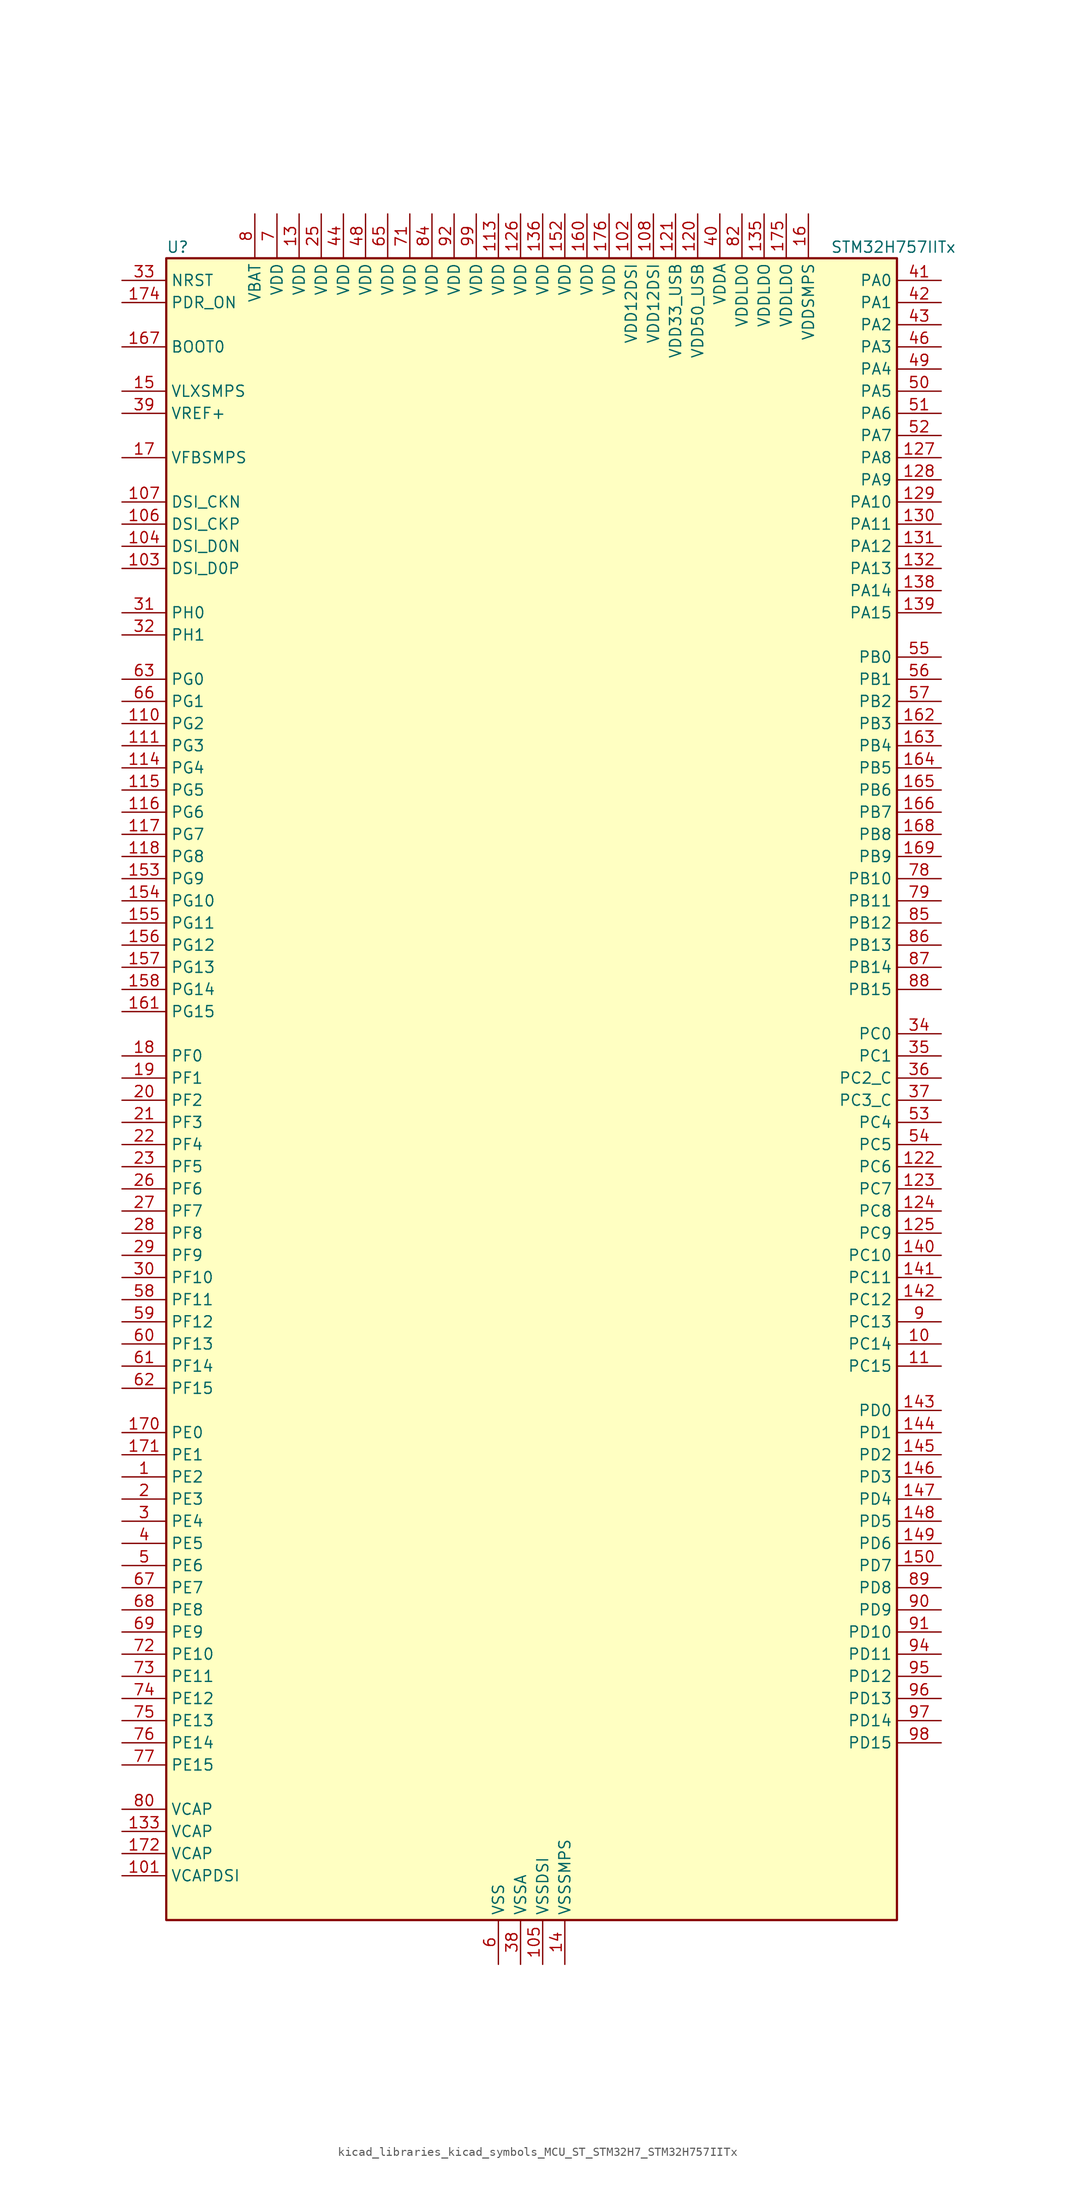
<source format=kicad_sym>
(kicad_symbol_lib
  (version 20220914)
  (generator kicad_symbol_editor)
  (symbol "kicad_libraries_kicad_symbols_MCU_ST_STM32H7_STM32H757IITx"
    (property "Reference" "U"
      (at -40.64 97.79 0)
      (effects (font (size 1.27 1.27)) (justify left)))
    (property "Value" "STM32H757IITx"
      (at 35.56 97.79 0)
      (effects (font (size 1.27 1.27)) (justify left)))
    (property "ki_locked" ""
      (at 0 0 0)
      (effects (font (size 1.27 1.27))))
    (symbol "kicad_libraries_kicad_symbols_MCU_ST_STM32H7_STM32H757IITx_0_1"
      (rectangle (start -40.64 -93.98) (end 43.18 96.52) (stroke (width 0.254) (type default)) (fill (type background))))
    (symbol "kicad_libraries_kicad_symbols_MCU_ST_STM32H7_STM32H757IITx_1_1"
      (pin bidirectional line (at -45.72 -43.18 0) (length 5.08) (name "PE2" (effects (font (size 1.27 1.27)))) (number "1" (effects (font (size 1.27 1.27)))) (alternate "DEBUG_TRACECLK" bidirectional line) (alternate "ETH_TXD3" bidirectional line) (alternate "FMC_A23" bidirectional line) (alternate "QUADSPI_BK1_IO2" bidirectional line) (alternate "SAI1_CK1" bidirectional line) (alternate "SAI1_MCLK_A" bidirectional line) (alternate "SAI4_CK1" bidirectional line) (alternate "SAI4_MCLK_A" bidirectional line) (alternate "SPI4_SCK" bidirectional line))
      (pin bidirectional line (at 48.26 -27.94 180) (length 5.08) (name "PC14" (effects (font (size 1.27 1.27)))) (number "10" (effects (font (size 1.27 1.27)))) (alternate "RCC_OSC32_IN" bidirectional line))
      (pin passive line (at -2.54 -99.06 90) (length 5.08) hide (name "VSS" (effects (font (size 1.27 1.27)))) (number "100" (effects (font (size 1.27 1.27)))))
      (pin power_out line (at -45.72 -88.9 0) (length 5.08) (name "VCAPDSI" (effects (font (size 1.27 1.27)))) (number "101" (effects (font (size 1.27 1.27)))))
      (pin power_in line (at 12.7 101.6 270) (length 5.08) (name "VDD12DSI" (effects (font (size 1.27 1.27)))) (number "102" (effects (font (size 1.27 1.27)))))
      (pin bidirectional line (at -45.72 60.96 0) (length 5.08) (name "DSI_D0P" (effects (font (size 1.27 1.27)))) (number "103" (effects (font (size 1.27 1.27)))) (alternate "DSIHOST_D0P" bidirectional line))
      (pin bidirectional line (at -45.72 63.5 0) (length 5.08) (name "DSI_D0N" (effects (font (size 1.27 1.27)))) (number "104" (effects (font (size 1.27 1.27)))) (alternate "DSIHOST_D0N" bidirectional line))
      (pin power_in line (at 2.54 -99.06 90) (length 5.08) (name "VSSDSI" (effects (font (size 1.27 1.27)))) (number "105" (effects (font (size 1.27 1.27)))))
      (pin bidirectional line (at -45.72 66.04 0) (length 5.08) (name "DSI_CKP" (effects (font (size 1.27 1.27)))) (number "106" (effects (font (size 1.27 1.27)))) (alternate "DSIHOST_CKP" bidirectional line))
      (pin bidirectional line (at -45.72 68.58 0) (length 5.08) (name "DSI_CKN" (effects (font (size 1.27 1.27)))) (number "107" (effects (font (size 1.27 1.27)))) (alternate "DSIHOST_CKN" bidirectional line))
      (pin power_in line (at 15.24 101.6 270) (length 5.08) (name "VDD12DSI" (effects (font (size 1.27 1.27)))) (number "108" (effects (font (size 1.27 1.27)))))
      (pin passive line (at 2.54 -99.06 90) (length 5.08) hide (name "VSSDSI" (effects (font (size 1.27 1.27)))) (number "109" (effects (font (size 1.27 1.27)))))
      (pin bidirectional line (at 48.26 -30.48 180) (length 5.08) (name "PC15" (effects (font (size 1.27 1.27)))) (number "11" (effects (font (size 1.27 1.27)))) (alternate "ADC1_EXTI15" bidirectional line) (alternate "ADC2_EXTI15" bidirectional line) (alternate "ADC3_EXTI15" bidirectional line) (alternate "RCC_OSC32_OUT" bidirectional line))
      (pin bidirectional line (at -45.72 43.18 0) (length 5.08) (name "PG2" (effects (font (size 1.27 1.27)))) (number "110" (effects (font (size 1.27 1.27)))) (alternate "FMC_A12" bidirectional line) (alternate "TIM8_BKIN" bidirectional line) (alternate "TIM8_BKIN_COMP1" bidirectional line) (alternate "TIM8_BKIN_COMP2" bidirectional line))
      (pin bidirectional line (at -45.72 40.64 0) (length 5.08) (name "PG3" (effects (font (size 1.27 1.27)))) (number "111" (effects (font (size 1.27 1.27)))) (alternate "FMC_A13" bidirectional line) (alternate "TIM8_BKIN2" bidirectional line) (alternate "TIM8_BKIN2_COMP1" bidirectional line) (alternate "TIM8_BKIN2_COMP2" bidirectional line))
      (pin passive line (at -2.54 -99.06 90) (length 5.08) hide (name "VSS" (effects (font (size 1.27 1.27)))) (number "112" (effects (font (size 1.27 1.27)))))
      (pin power_in line (at -2.54 101.6 270) (length 5.08) (name "VDD" (effects (font (size 1.27 1.27)))) (number "113" (effects (font (size 1.27 1.27)))))
      (pin bidirectional line (at -45.72 38.1 0) (length 5.08) (name "PG4" (effects (font (size 1.27 1.27)))) (number "114" (effects (font (size 1.27 1.27)))) (alternate "FMC_A14" bidirectional line) (alternate "FMC_BA0" bidirectional line) (alternate "TIM1_BKIN2" bidirectional line) (alternate "TIM1_BKIN2_COMP1" bidirectional line) (alternate "TIM1_BKIN2_COMP2" bidirectional line))
      (pin bidirectional line (at -45.72 35.56 0) (length 5.08) (name "PG5" (effects (font (size 1.27 1.27)))) (number "115" (effects (font (size 1.27 1.27)))) (alternate "FMC_A15" bidirectional line) (alternate "FMC_BA1" bidirectional line) (alternate "TIM1_ETR" bidirectional line))
      (pin bidirectional line (at -45.72 33.02 0) (length 5.08) (name "PG6" (effects (font (size 1.27 1.27)))) (number "116" (effects (font (size 1.27 1.27)))) (alternate "DCMI_D12" bidirectional line) (alternate "FMC_NE3" bidirectional line) (alternate "HRTIM_CHE1" bidirectional line) (alternate "LTDC_R7" bidirectional line) (alternate "QUADSPI_BK1_NCS" bidirectional line) (alternate "TIM17_BKIN" bidirectional line))
      (pin bidirectional line (at -45.72 30.48 0) (length 5.08) (name "PG7" (effects (font (size 1.27 1.27)))) (number "117" (effects (font (size 1.27 1.27)))) (alternate "DCMI_D13" bidirectional line) (alternate "FMC_INT" bidirectional line) (alternate "HRTIM_CHE2" bidirectional line) (alternate "LTDC_CLK" bidirectional line) (alternate "SAI1_MCLK_A" bidirectional line) (alternate "USART6_CK" bidirectional line))
      (pin bidirectional line (at -45.72 27.94 0) (length 5.08) (name "PG8" (effects (font (size 1.27 1.27)))) (number "118" (effects (font (size 1.27 1.27)))) (alternate "ETH_PPS_OUT" bidirectional line) (alternate "FMC_SDCLK" bidirectional line) (alternate "LTDC_G7" bidirectional line) (alternate "SPDIFRX1_IN2" bidirectional line) (alternate "SPI6_NSS" bidirectional line) (alternate "TIM8_ETR" bidirectional line) (alternate "USART6_DE" bidirectional line) (alternate "USART6_RTS" bidirectional line))
      (pin passive line (at -2.54 -99.06 90) (length 5.08) hide (name "VSS" (effects (font (size 1.27 1.27)))) (number "119" (effects (font (size 1.27 1.27)))))
      (pin passive line (at -2.54 -99.06 90) (length 5.08) hide (name "VSS" (effects (font (size 1.27 1.27)))) (number "12" (effects (font (size 1.27 1.27)))))
      (pin power_in line (at 20.32 101.6 270) (length 5.08) (name "VDD50_USB" (effects (font (size 1.27 1.27)))) (number "120" (effects (font (size 1.27 1.27)))))
      (pin power_in line (at 17.78 101.6 270) (length 5.08) (name "VDD33_USB" (effects (font (size 1.27 1.27)))) (number "121" (effects (font (size 1.27 1.27)))))
      (pin bidirectional line (at 48.26 -7.62 180) (length 5.08) (name "PC6" (effects (font (size 1.27 1.27)))) (number "122" (effects (font (size 1.27 1.27)))) (alternate "DCMI_D0" bidirectional line) (alternate "DFSDM1_CKIN3" bidirectional line) (alternate "FMC_NWAIT" bidirectional line) (alternate "HRTIM_CHA1" bidirectional line) (alternate "I2S2_MCK" bidirectional line) (alternate "LTDC_HSYNC" bidirectional line) (alternate "SDMMC1_D0DIR" bidirectional line) (alternate "SDMMC1_D6" bidirectional line) (alternate "SDMMC2_D6" bidirectional line) (alternate "SWPMI1_IO" bidirectional line) (alternate "TIM3_CH1" bidirectional line) (alternate "TIM8_CH1" bidirectional line) (alternate "USART6_TX" bidirectional line))
      (pin bidirectional line (at 48.26 -10.16 180) (length 5.08) (name "PC7" (effects (font (size 1.27 1.27)))) (number "123" (effects (font (size 1.27 1.27)))) (alternate "DCMI_D1" bidirectional line) (alternate "DEBUG_TRGIO" bidirectional line) (alternate "DFSDM1_DATIN3" bidirectional line) (alternate "FMC_NE1" bidirectional line) (alternate "HRTIM_CHA2" bidirectional line) (alternate "I2S3_MCK" bidirectional line) (alternate "LTDC_G6" bidirectional line) (alternate "SDMMC1_D123DIR" bidirectional line) (alternate "SDMMC1_D7" bidirectional line) (alternate "SDMMC2_D7" bidirectional line) (alternate "SWPMI1_TX" bidirectional line) (alternate "TIM3_CH2" bidirectional line) (alternate "TIM8_CH2" bidirectional line) (alternate "USART6_RX" bidirectional line))
      (pin bidirectional line (at 48.26 -12.7 180) (length 5.08) (name "PC8" (effects (font (size 1.27 1.27)))) (number "124" (effects (font (size 1.27 1.27)))) (alternate "DCMI_D2" bidirectional line) (alternate "DEBUG_TRACED1" bidirectional line) (alternate "FMC_NCE" bidirectional line) (alternate "FMC_NE2" bidirectional line) (alternate "HRTIM_CHB1" bidirectional line) (alternate "SDMMC1_D0" bidirectional line) (alternate "SWPMI1_RX" bidirectional line) (alternate "TIM3_CH3" bidirectional line) (alternate "TIM8_CH3" bidirectional line) (alternate "UART5_DE" bidirectional line) (alternate "UART5_RTS" bidirectional line) (alternate "USART6_CK" bidirectional line))
      (pin bidirectional line (at 48.26 -15.24 180) (length 5.08) (name "PC9" (effects (font (size 1.27 1.27)))) (number "125" (effects (font (size 1.27 1.27)))) (alternate "DAC1_EXTI9" bidirectional line) (alternate "DCMI_D3" bidirectional line) (alternate "I2C3_SDA" bidirectional line) (alternate "I2S_CKIN" bidirectional line) (alternate "LTDC_B2" bidirectional line) (alternate "LTDC_G3" bidirectional line) (alternate "QUADSPI_BK1_IO0" bidirectional line) (alternate "RCC_MCO_2" bidirectional line) (alternate "SDMMC1_D1" bidirectional line) (alternate "SWPMI1_SUSPEND" bidirectional line) (alternate "TIM3_CH4" bidirectional line) (alternate "TIM8_CH4" bidirectional line) (alternate "UART5_CTS" bidirectional line))
      (pin power_in line (at 0 101.6 270) (length 5.08) (name "VDD" (effects (font (size 1.27 1.27)))) (number "126" (effects (font (size 1.27 1.27)))))
      (pin bidirectional line (at 48.26 73.66 180) (length 5.08) (name "PA8" (effects (font (size 1.27 1.27)))) (number "127" (effects (font (size 1.27 1.27)))) (alternate "HRTIM_CHB2" bidirectional line) (alternate "I2C3_SCL" bidirectional line) (alternate "LTDC_B3" bidirectional line) (alternate "LTDC_R6" bidirectional line) (alternate "RCC_MCO_1" bidirectional line) (alternate "TIM1_CH1" bidirectional line) (alternate "TIM8_BKIN2" bidirectional line) (alternate "TIM8_BKIN2_COMP1" bidirectional line) (alternate "TIM8_BKIN2_COMP2" bidirectional line) (alternate "UART7_RX" bidirectional line) (alternate "USART1_CK" bidirectional line) (alternate "USB_OTG_FS_SOF" bidirectional line))
      (pin bidirectional line (at 48.26 71.12 180) (length 5.08) (name "PA9" (effects (font (size 1.27 1.27)))) (number "128" (effects (font (size 1.27 1.27)))) (alternate "DAC1_EXTI9" bidirectional line) (alternate "DCMI_D0" bidirectional line) (alternate "HRTIM_CHC1" bidirectional line) (alternate "I2C3_SMBA" bidirectional line) (alternate "I2S2_CK" bidirectional line) (alternate "LPUART1_TX" bidirectional line) (alternate "LTDC_R5" bidirectional line) (alternate "SPI2_SCK" bidirectional line) (alternate "TIM1_CH2" bidirectional line) (alternate "USART1_TX" bidirectional line) (alternate "USB_OTG_FS_VBUS" bidirectional line))
      (pin bidirectional line (at 48.26 68.58 180) (length 5.08) (name "PA10" (effects (font (size 1.27 1.27)))) (number "129" (effects (font (size 1.27 1.27)))) (alternate "DCMI_D1" bidirectional line) (alternate "HRTIM_CHC2" bidirectional line) (alternate "LPUART1_RX" bidirectional line) (alternate "LTDC_B1" bidirectional line) (alternate "LTDC_B4" bidirectional line) (alternate "MDIOS_MDIO" bidirectional line) (alternate "TIM1_CH3" bidirectional line) (alternate "USART1_RX" bidirectional line) (alternate "USB_OTG_FS_ID" bidirectional line))
      (pin power_in line (at -25.4 101.6 270) (length 5.08) (name "VDD" (effects (font (size 1.27 1.27)))) (number "13" (effects (font (size 1.27 1.27)))))
      (pin bidirectional line (at 48.26 66.04 180) (length 5.08) (name "PA11" (effects (font (size 1.27 1.27)))) (number "130" (effects (font (size 1.27 1.27)))) (alternate "ADC1_EXTI11" bidirectional line) (alternate "ADC2_EXTI11" bidirectional line) (alternate "ADC3_EXTI11" bidirectional line) (alternate "FDCAN1_RX" bidirectional line) (alternate "HRTIM_CHD1" bidirectional line) (alternate "I2S2_WS" bidirectional line) (alternate "LPUART1_CTS" bidirectional line) (alternate "LTDC_R4" bidirectional line) (alternate "SPI2_NSS" bidirectional line) (alternate "TIM1_CH4" bidirectional line) (alternate "UART4_RX" bidirectional line) (alternate "USART1_CTS" bidirectional line) (alternate "USART1_NSS" bidirectional line) (alternate "USB_OTG_FS_DM" bidirectional line))
      (pin bidirectional line (at 48.26 63.5 180) (length 5.08) (name "PA12" (effects (font (size 1.27 1.27)))) (number "131" (effects (font (size 1.27 1.27)))) (alternate "FDCAN1_TX" bidirectional line) (alternate "HRTIM_CHD2" bidirectional line) (alternate "I2S2_CK" bidirectional line) (alternate "LPUART1_DE" bidirectional line) (alternate "LPUART1_RTS" bidirectional line) (alternate "LTDC_R5" bidirectional line) (alternate "SAI2_FS_B" bidirectional line) (alternate "SPI2_SCK" bidirectional line) (alternate "TIM1_ETR" bidirectional line) (alternate "UART4_TX" bidirectional line) (alternate "USART1_DE" bidirectional line) (alternate "USART1_RTS" bidirectional line) (alternate "USB_OTG_FS_DP" bidirectional line))
      (pin bidirectional line (at 48.26 60.96 180) (length 5.08) (name "PA13" (effects (font (size 1.27 1.27)))) (number "132" (effects (font (size 1.27 1.27)))) (alternate "DEBUG_JTMS-SWDIO" bidirectional line))
      (pin power_out line (at -45.72 -83.82 0) (length 5.08) (name "VCAP" (effects (font (size 1.27 1.27)))) (number "133" (effects (font (size 1.27 1.27)))))
      (pin passive line (at -2.54 -99.06 90) (length 5.08) hide (name "VSS" (effects (font (size 1.27 1.27)))) (number "134" (effects (font (size 1.27 1.27)))))
      (pin power_in line (at 27.94 101.6 270) (length 5.08) (name "VDDLDO" (effects (font (size 1.27 1.27)))) (number "135" (effects (font (size 1.27 1.27)))))
      (pin power_in line (at 2.54 101.6 270) (length 5.08) (name "VDD" (effects (font (size 1.27 1.27)))) (number "136" (effects (font (size 1.27 1.27)))))
      (pin passive line (at -2.54 -99.06 90) (length 5.08) hide (name "VSS" (effects (font (size 1.27 1.27)))) (number "137" (effects (font (size 1.27 1.27)))))
      (pin bidirectional line (at 48.26 58.42 180) (length 5.08) (name "PA14" (effects (font (size 1.27 1.27)))) (number "138" (effects (font (size 1.27 1.27)))) (alternate "DEBUG_JTCK-SWCLK" bidirectional line))
      (pin bidirectional line (at 48.26 55.88 180) (length 5.08) (name "PA15" (effects (font (size 1.27 1.27)))) (number "139" (effects (font (size 1.27 1.27)))) (alternate "ADC1_EXTI15" bidirectional line) (alternate "ADC2_EXTI15" bidirectional line) (alternate "ADC3_EXTI15" bidirectional line) (alternate "CEC" bidirectional line) (alternate "DEBUG_JTDI" bidirectional line) (alternate "DSIHOST_TE" bidirectional line) (alternate "HRTIM_FLT1" bidirectional line) (alternate "I2S1_WS" bidirectional line) (alternate "I2S3_WS" bidirectional line) (alternate "SPI1_NSS" bidirectional line) (alternate "SPI3_NSS" bidirectional line) (alternate "SPI6_NSS" bidirectional line) (alternate "TIM2_CH1" bidirectional line) (alternate "TIM2_ETR" bidirectional line) (alternate "UART4_DE" bidirectional line) (alternate "UART4_RTS" bidirectional line) (alternate "UART7_TX" bidirectional line))
      (pin power_in line (at 5.08 -99.06 90) (length 5.08) (name "VSSSMPS" (effects (font (size 1.27 1.27)))) (number "14" (effects (font (size 1.27 1.27)))))
      (pin bidirectional line (at 48.26 -17.78 180) (length 5.08) (name "PC10" (effects (font (size 1.27 1.27)))) (number "140" (effects (font (size 1.27 1.27)))) (alternate "DCMI_D8" bidirectional line) (alternate "DFSDM1_CKIN5" bidirectional line) (alternate "HRTIM_EEV1" bidirectional line) (alternate "I2S3_CK" bidirectional line) (alternate "LTDC_R2" bidirectional line) (alternate "QUADSPI_BK1_IO1" bidirectional line) (alternate "SDMMC1_D2" bidirectional line) (alternate "SPI3_SCK" bidirectional line) (alternate "UART4_TX" bidirectional line) (alternate "USART3_TX" bidirectional line))
      (pin bidirectional line (at 48.26 -20.32 180) (length 5.08) (name "PC11" (effects (font (size 1.27 1.27)))) (number "141" (effects (font (size 1.27 1.27)))) (alternate "ADC1_EXTI11" bidirectional line) (alternate "ADC2_EXTI11" bidirectional line) (alternate "ADC3_EXTI11" bidirectional line) (alternate "DCMI_D4" bidirectional line) (alternate "DFSDM1_DATIN5" bidirectional line) (alternate "HRTIM_FLT2" bidirectional line) (alternate "I2S3_SDI" bidirectional line) (alternate "QUADSPI_BK2_NCS" bidirectional line) (alternate "SDMMC1_D3" bidirectional line) (alternate "SPI3_MISO" bidirectional line) (alternate "UART4_RX" bidirectional line) (alternate "USART3_RX" bidirectional line))
      (pin bidirectional line (at 48.26 -22.86 180) (length 5.08) (name "PC12" (effects (font (size 1.27 1.27)))) (number "142" (effects (font (size 1.27 1.27)))) (alternate "DCMI_D9" bidirectional line) (alternate "DEBUG_TRACED3" bidirectional line) (alternate "HRTIM_EEV2" bidirectional line) (alternate "I2S3_SDO" bidirectional line) (alternate "SDMMC1_CK" bidirectional line) (alternate "SPI3_MOSI" bidirectional line) (alternate "UART5_TX" bidirectional line) (alternate "USART3_CK" bidirectional line))
      (pin bidirectional line (at 48.26 -35.56 180) (length 5.08) (name "PD0" (effects (font (size 1.27 1.27)))) (number "143" (effects (font (size 1.27 1.27)))) (alternate "DFSDM1_CKIN6" bidirectional line) (alternate "FDCAN1_RX" bidirectional line) (alternate "FMC_D2" bidirectional line) (alternate "FMC_DA2" bidirectional line) (alternate "SAI3_SCK_A" bidirectional line) (alternate "UART4_RX" bidirectional line))
      (pin bidirectional line (at 48.26 -38.1 180) (length 5.08) (name "PD1" (effects (font (size 1.27 1.27)))) (number "144" (effects (font (size 1.27 1.27)))) (alternate "DFSDM1_DATIN6" bidirectional line) (alternate "FDCAN1_TX" bidirectional line) (alternate "FMC_D3" bidirectional line) (alternate "FMC_DA3" bidirectional line) (alternate "SAI3_SD_A" bidirectional line) (alternate "UART4_TX" bidirectional line))
      (pin bidirectional line (at 48.26 -40.64 180) (length 5.08) (name "PD2" (effects (font (size 1.27 1.27)))) (number "145" (effects (font (size 1.27 1.27)))) (alternate "DCMI_D11" bidirectional line) (alternate "DEBUG_TRACED2" bidirectional line) (alternate "SDMMC1_CMD" bidirectional line) (alternate "TIM3_ETR" bidirectional line) (alternate "UART5_RX" bidirectional line))
      (pin bidirectional line (at 48.26 -43.18 180) (length 5.08) (name "PD3" (effects (font (size 1.27 1.27)))) (number "146" (effects (font (size 1.27 1.27)))) (alternate "DCMI_D5" bidirectional line) (alternate "DFSDM1_CKOUT" bidirectional line) (alternate "FMC_CLK" bidirectional line) (alternate "I2S2_CK" bidirectional line) (alternate "LTDC_G7" bidirectional line) (alternate "SPI2_SCK" bidirectional line) (alternate "USART2_CTS" bidirectional line) (alternate "USART2_NSS" bidirectional line))
      (pin bidirectional line (at 48.26 -45.72 180) (length 5.08) (name "PD4" (effects (font (size 1.27 1.27)))) (number "147" (effects (font (size 1.27 1.27)))) (alternate "FMC_NOE" bidirectional line) (alternate "HRTIM_FLT3" bidirectional line) (alternate "SAI3_FS_A" bidirectional line) (alternate "USART2_DE" bidirectional line) (alternate "USART2_RTS" bidirectional line))
      (pin bidirectional line (at 48.26 -48.26 180) (length 5.08) (name "PD5" (effects (font (size 1.27 1.27)))) (number "148" (effects (font (size 1.27 1.27)))) (alternate "FMC_NWE" bidirectional line) (alternate "HRTIM_EEV3" bidirectional line) (alternate "USART2_TX" bidirectional line))
      (pin bidirectional line (at 48.26 -50.8 180) (length 5.08) (name "PD6" (effects (font (size 1.27 1.27)))) (number "149" (effects (font (size 1.27 1.27)))) (alternate "DCMI_D10" bidirectional line) (alternate "DFSDM1_CKIN4" bidirectional line) (alternate "DFSDM1_DATIN1" bidirectional line) (alternate "FMC_NWAIT" bidirectional line) (alternate "I2S3_SDO" bidirectional line) (alternate "LTDC_B2" bidirectional line) (alternate "SAI1_D1" bidirectional line) (alternate "SAI1_SD_A" bidirectional line) (alternate "SAI4_D1" bidirectional line) (alternate "SAI4_SD_A" bidirectional line) (alternate "SDMMC2_CK" bidirectional line) (alternate "SPI3_MOSI" bidirectional line) (alternate "USART2_RX" bidirectional line))
      (pin power_in line (at -45.72 81.28 0) (length 5.08) (name "VLXSMPS" (effects (font (size 1.27 1.27)))) (number "15" (effects (font (size 1.27 1.27)))))
      (pin bidirectional line (at 48.26 -53.34 180) (length 5.08) (name "PD7" (effects (font (size 1.27 1.27)))) (number "150" (effects (font (size 1.27 1.27)))) (alternate "DFSDM1_CKIN1" bidirectional line) (alternate "DFSDM1_DATIN4" bidirectional line) (alternate "FMC_NE1" bidirectional line) (alternate "I2S1_SDO" bidirectional line) (alternate "SDMMC2_CMD" bidirectional line) (alternate "SPDIFRX1_IN0" bidirectional line) (alternate "SPI1_MOSI" bidirectional line) (alternate "USART2_CK" bidirectional line))
      (pin passive line (at -2.54 -99.06 90) (length 5.08) hide (name "VSS" (effects (font (size 1.27 1.27)))) (number "151" (effects (font (size 1.27 1.27)))))
      (pin power_in line (at 5.08 101.6 270) (length 5.08) (name "VDD" (effects (font (size 1.27 1.27)))) (number "152" (effects (font (size 1.27 1.27)))))
      (pin bidirectional line (at -45.72 25.4 0) (length 5.08) (name "PG9" (effects (font (size 1.27 1.27)))) (number "153" (effects (font (size 1.27 1.27)))) (alternate "DAC1_EXTI9" bidirectional line) (alternate "DCMI_VSYNC" bidirectional line) (alternate "FMC_NCE" bidirectional line) (alternate "FMC_NE2" bidirectional line) (alternate "I2S1_SDI" bidirectional line) (alternate "QUADSPI_BK2_IO2" bidirectional line) (alternate "SAI2_FS_B" bidirectional line) (alternate "SPDIFRX1_IN3" bidirectional line) (alternate "SPI1_MISO" bidirectional line) (alternate "USART6_RX" bidirectional line))
      (pin bidirectional line (at -45.72 22.86 0) (length 5.08) (name "PG10" (effects (font (size 1.27 1.27)))) (number "154" (effects (font (size 1.27 1.27)))) (alternate "DCMI_D2" bidirectional line) (alternate "FMC_NE3" bidirectional line) (alternate "HRTIM_FLT5" bidirectional line) (alternate "I2S1_WS" bidirectional line) (alternate "LTDC_B2" bidirectional line) (alternate "LTDC_G3" bidirectional line) (alternate "SAI2_SD_B" bidirectional line) (alternate "SPI1_NSS" bidirectional line))
      (pin bidirectional line (at -45.72 20.32 0) (length 5.08) (name "PG11" (effects (font (size 1.27 1.27)))) (number "155" (effects (font (size 1.27 1.27)))) (alternate "ADC1_EXTI11" bidirectional line) (alternate "ADC2_EXTI11" bidirectional line) (alternate "ADC3_EXTI11" bidirectional line) (alternate "DCMI_D3" bidirectional line) (alternate "ETH_TX_EN" bidirectional line) (alternate "HRTIM_EEV4" bidirectional line) (alternate "I2S1_CK" bidirectional line) (alternate "LPTIM1_IN2" bidirectional line) (alternate "LTDC_B3" bidirectional line) (alternate "SDMMC2_D2" bidirectional line) (alternate "SPDIFRX1_IN0" bidirectional line) (alternate "SPI1_SCK" bidirectional line))
      (pin bidirectional line (at -45.72 17.78 0) (length 5.08) (name "PG12" (effects (font (size 1.27 1.27)))) (number "156" (effects (font (size 1.27 1.27)))) (alternate "ETH_TXD1" bidirectional line) (alternate "FMC_NE4" bidirectional line) (alternate "HRTIM_EEV5" bidirectional line) (alternate "LPTIM1_IN1" bidirectional line) (alternate "LTDC_B1" bidirectional line) (alternate "LTDC_B4" bidirectional line) (alternate "SPDIFRX1_IN1" bidirectional line) (alternate "SPI6_MISO" bidirectional line) (alternate "USART6_DE" bidirectional line) (alternate "USART6_RTS" bidirectional line))
      (pin bidirectional line (at -45.72 15.24 0) (length 5.08) (name "PG13" (effects (font (size 1.27 1.27)))) (number "157" (effects (font (size 1.27 1.27)))) (alternate "DEBUG_TRACED0" bidirectional line) (alternate "ETH_TXD0" bidirectional line) (alternate "FMC_A24" bidirectional line) (alternate "HRTIM_EEV10" bidirectional line) (alternate "LPTIM1_OUT" bidirectional line) (alternate "LTDC_R0" bidirectional line) (alternate "SPI6_SCK" bidirectional line) (alternate "USART6_CTS" bidirectional line) (alternate "USART6_NSS" bidirectional line))
      (pin bidirectional line (at -45.72 12.7 0) (length 5.08) (name "PG14" (effects (font (size 1.27 1.27)))) (number "158" (effects (font (size 1.27 1.27)))) (alternate "DEBUG_TRACED1" bidirectional line) (alternate "ETH_TXD1" bidirectional line) (alternate "FMC_A25" bidirectional line) (alternate "LPTIM1_ETR" bidirectional line) (alternate "LTDC_B0" bidirectional line) (alternate "QUADSPI_BK2_IO3" bidirectional line) (alternate "SPI6_MOSI" bidirectional line) (alternate "USART6_TX" bidirectional line))
      (pin passive line (at -2.54 -99.06 90) (length 5.08) hide (name "VSS" (effects (font (size 1.27 1.27)))) (number "159" (effects (font (size 1.27 1.27)))))
      (pin power_in line (at 33.02 101.6 270) (length 5.08) (name "VDDSMPS" (effects (font (size 1.27 1.27)))) (number "16" (effects (font (size 1.27 1.27)))))
      (pin power_in line (at 7.62 101.6 270) (length 5.08) (name "VDD" (effects (font (size 1.27 1.27)))) (number "160" (effects (font (size 1.27 1.27)))))
      (pin bidirectional line (at -45.72 10.16 0) (length 5.08) (name "PG15" (effects (font (size 1.27 1.27)))) (number "161" (effects (font (size 1.27 1.27)))) (alternate "ADC1_EXTI15" bidirectional line) (alternate "ADC2_EXTI15" bidirectional line) (alternate "ADC3_EXTI15" bidirectional line) (alternate "DCMI_D13" bidirectional line) (alternate "FMC_SDNCAS" bidirectional line) (alternate "USART6_CTS" bidirectional line) (alternate "USART6_NSS" bidirectional line))
      (pin bidirectional line (at 48.26 43.18 180) (length 5.08) (name "PB3" (effects (font (size 1.27 1.27)))) (number "162" (effects (font (size 1.27 1.27)))) (alternate "CRS_SYNC" bidirectional line) (alternate "DEBUG_JTDO-SWO" bidirectional line) (alternate "HRTIM_FLT4" bidirectional line) (alternate "I2S1_CK" bidirectional line) (alternate "I2S3_CK" bidirectional line) (alternate "SDMMC2_D2" bidirectional line) (alternate "SPI1_SCK" bidirectional line) (alternate "SPI3_SCK" bidirectional line) (alternate "SPI6_SCK" bidirectional line) (alternate "TIM2_CH2" bidirectional line) (alternate "UART7_RX" bidirectional line))
      (pin bidirectional line (at 48.26 40.64 180) (length 5.08) (name "PB4" (effects (font (size 1.27 1.27)))) (number "163" (effects (font (size 1.27 1.27)))) (alternate "DEBUG_JTRST" bidirectional line) (alternate "HRTIM_EEV6" bidirectional line) (alternate "I2S1_SDI" bidirectional line) (alternate "I2S2_WS" bidirectional line) (alternate "I2S3_SDI" bidirectional line) (alternate "SDMMC2_D3" bidirectional line) (alternate "SPI1_MISO" bidirectional line) (alternate "SPI2_NSS" bidirectional line) (alternate "SPI3_MISO" bidirectional line) (alternate "SPI6_MISO" bidirectional line) (alternate "TIM16_BKIN" bidirectional line) (alternate "TIM3_CH1" bidirectional line) (alternate "UART7_TX" bidirectional line))
      (pin bidirectional line (at 48.26 38.1 180) (length 5.08) (name "PB5" (effects (font (size 1.27 1.27)))) (number "164" (effects (font (size 1.27 1.27)))) (alternate "DCMI_D10" bidirectional line) (alternate "ETH_PPS_OUT" bidirectional line) (alternate "FDCAN2_RX" bidirectional line) (alternate "FMC_SDCKE1" bidirectional line) (alternate "HRTIM_EEV7" bidirectional line) (alternate "I2C1_SMBA" bidirectional line) (alternate "I2C4_SMBA" bidirectional line) (alternate "I2S1_SDO" bidirectional line) (alternate "I2S3_SDO" bidirectional line) (alternate "SPI1_MOSI" bidirectional line) (alternate "SPI3_MOSI" bidirectional line) (alternate "SPI6_MOSI" bidirectional line) (alternate "TIM17_BKIN" bidirectional line) (alternate "TIM3_CH2" bidirectional line) (alternate "UART5_RX" bidirectional line) (alternate "USB_OTG_HS_ULPI_D7" bidirectional line))
      (pin bidirectional line (at 48.26 35.56 180) (length 5.08) (name "PB6" (effects (font (size 1.27 1.27)))) (number "165" (effects (font (size 1.27 1.27)))) (alternate "CEC" bidirectional line) (alternate "DCMI_D5" bidirectional line) (alternate "DFSDM1_DATIN5" bidirectional line) (alternate "FDCAN2_TX" bidirectional line) (alternate "FMC_SDNE1" bidirectional line) (alternate "HRTIM_EEV8" bidirectional line) (alternate "I2C1_SCL" bidirectional line) (alternate "I2C4_SCL" bidirectional line) (alternate "LPUART1_TX" bidirectional line) (alternate "QUADSPI_BK1_NCS" bidirectional line) (alternate "TIM16_CH1N" bidirectional line) (alternate "TIM4_CH1" bidirectional line) (alternate "UART5_TX" bidirectional line) (alternate "USART1_TX" bidirectional line))
      (pin bidirectional line (at 48.26 33.02 180) (length 5.08) (name "PB7" (effects (font (size 1.27 1.27)))) (number "166" (effects (font (size 1.27 1.27)))) (alternate "DCMI_VSYNC" bidirectional line) (alternate "DFSDM1_CKIN5" bidirectional line) (alternate "FMC_NL" bidirectional line) (alternate "HRTIM_EEV9" bidirectional line) (alternate "I2C1_SDA" bidirectional line) (alternate "I2C4_SDA" bidirectional line) (alternate "LPUART1_RX" bidirectional line) (alternate "PWR_PVD_IN" bidirectional line) (alternate "TIM17_CH1N" bidirectional line) (alternate "TIM4_CH2" bidirectional line) (alternate "USART1_RX" bidirectional line))
      (pin input line (at -45.72 86.36 0) (length 5.08) (name "BOOT0" (effects (font (size 1.27 1.27)))) (number "167" (effects (font (size 1.27 1.27)))))
      (pin bidirectional line (at 48.26 30.48 180) (length 5.08) (name "PB8" (effects (font (size 1.27 1.27)))) (number "168" (effects (font (size 1.27 1.27)))) (alternate "DCMI_D6" bidirectional line) (alternate "DFSDM1_CKIN7" bidirectional line) (alternate "ETH_TXD3" bidirectional line) (alternate "FDCAN1_RX" bidirectional line) (alternate "I2C1_SCL" bidirectional line) (alternate "I2C4_SCL" bidirectional line) (alternate "LTDC_B6" bidirectional line) (alternate "SDMMC1_CKIN" bidirectional line) (alternate "SDMMC1_D4" bidirectional line) (alternate "SDMMC2_D4" bidirectional line) (alternate "TIM16_CH1" bidirectional line) (alternate "TIM4_CH3" bidirectional line) (alternate "UART4_RX" bidirectional line))
      (pin bidirectional line (at 48.26 27.94 180) (length 5.08) (name "PB9" (effects (font (size 1.27 1.27)))) (number "169" (effects (font (size 1.27 1.27)))) (alternate "DAC1_EXTI9" bidirectional line) (alternate "DCMI_D7" bidirectional line) (alternate "DFSDM1_DATIN7" bidirectional line) (alternate "FDCAN1_TX" bidirectional line) (alternate "I2C1_SDA" bidirectional line) (alternate "I2C4_SDA" bidirectional line) (alternate "I2C4_SMBA" bidirectional line) (alternate "I2S2_WS" bidirectional line) (alternate "LTDC_B7" bidirectional line) (alternate "SDMMC1_CDIR" bidirectional line) (alternate "SDMMC1_D5" bidirectional line) (alternate "SDMMC2_D5" bidirectional line) (alternate "SPI2_NSS" bidirectional line) (alternate "TIM17_CH1" bidirectional line) (alternate "TIM4_CH4" bidirectional line) (alternate "UART4_TX" bidirectional line))
      (pin input line (at -45.72 73.66 0) (length 5.08) (name "VFBSMPS" (effects (font (size 1.27 1.27)))) (number "17" (effects (font (size 1.27 1.27)))))
      (pin bidirectional line (at -45.72 -38.1 0) (length 5.08) (name "PE0" (effects (font (size 1.27 1.27)))) (number "170" (effects (font (size 1.27 1.27)))) (alternate "DCMI_D2" bidirectional line) (alternate "FMC_NBL0" bidirectional line) (alternate "HRTIM_SCIN" bidirectional line) (alternate "LPTIM1_ETR" bidirectional line) (alternate "LPTIM2_ETR" bidirectional line) (alternate "SAI2_MCLK_A" bidirectional line) (alternate "TIM4_ETR" bidirectional line) (alternate "UART8_RX" bidirectional line))
      (pin bidirectional line (at -45.72 -40.64 0) (length 5.08) (name "PE1" (effects (font (size 1.27 1.27)))) (number "171" (effects (font (size 1.27 1.27)))) (alternate "DCMI_D3" bidirectional line) (alternate "FMC_NBL1" bidirectional line) (alternate "HRTIM_SCOUT" bidirectional line) (alternate "LPTIM1_IN2" bidirectional line) (alternate "UART8_TX" bidirectional line))
      (pin power_out line (at -45.72 -86.36 0) (length 5.08) (name "VCAP" (effects (font (size 1.27 1.27)))) (number "172" (effects (font (size 1.27 1.27)))))
      (pin passive line (at -2.54 -99.06 90) (length 5.08) hide (name "VSS" (effects (font (size 1.27 1.27)))) (number "173" (effects (font (size 1.27 1.27)))))
      (pin input line (at -45.72 91.44 0) (length 5.08) (name "PDR_ON" (effects (font (size 1.27 1.27)))) (number "174" (effects (font (size 1.27 1.27)))))
      (pin power_in line (at 30.48 101.6 270) (length 5.08) (name "VDDLDO" (effects (font (size 1.27 1.27)))) (number "175" (effects (font (size 1.27 1.27)))))
      (pin power_in line (at 10.16 101.6 270) (length 5.08) (name "VDD" (effects (font (size 1.27 1.27)))) (number "176" (effects (font (size 1.27 1.27)))))
      (pin bidirectional line (at -45.72 5.08 0) (length 5.08) (name "PF0" (effects (font (size 1.27 1.27)))) (number "18" (effects (font (size 1.27 1.27)))) (alternate "FMC_A0" bidirectional line) (alternate "I2C2_SDA" bidirectional line))
      (pin bidirectional line (at -45.72 2.54 0) (length 5.08) (name "PF1" (effects (font (size 1.27 1.27)))) (number "19" (effects (font (size 1.27 1.27)))) (alternate "FMC_A1" bidirectional line) (alternate "I2C2_SCL" bidirectional line))
      (pin bidirectional line (at -45.72 -45.72 0) (length 5.08) (name "PE3" (effects (font (size 1.27 1.27)))) (number "2" (effects (font (size 1.27 1.27)))) (alternate "DEBUG_TRACED0" bidirectional line) (alternate "FMC_A19" bidirectional line) (alternate "SAI1_SD_B" bidirectional line) (alternate "SAI4_SD_B" bidirectional line) (alternate "TIM15_BKIN" bidirectional line))
      (pin bidirectional line (at -45.72 0 0) (length 5.08) (name "PF2" (effects (font (size 1.27 1.27)))) (number "20" (effects (font (size 1.27 1.27)))) (alternate "FMC_A2" bidirectional line) (alternate "I2C2_SMBA" bidirectional line))
      (pin bidirectional line (at -45.72 -2.54 0) (length 5.08) (name "PF3" (effects (font (size 1.27 1.27)))) (number "21" (effects (font (size 1.27 1.27)))) (alternate "ADC3_INP5" bidirectional line) (alternate "FMC_A3" bidirectional line))
      (pin bidirectional line (at -45.72 -5.08 0) (length 5.08) (name "PF4" (effects (font (size 1.27 1.27)))) (number "22" (effects (font (size 1.27 1.27)))) (alternate "ADC3_INN5" bidirectional line) (alternate "ADC3_INP9" bidirectional line) (alternate "FMC_A4" bidirectional line))
      (pin bidirectional line (at -45.72 -7.62 0) (length 5.08) (name "PF5" (effects (font (size 1.27 1.27)))) (number "23" (effects (font (size 1.27 1.27)))) (alternate "ADC3_INP4" bidirectional line) (alternate "FMC_A5" bidirectional line))
      (pin passive line (at -2.54 -99.06 90) (length 5.08) hide (name "VSS" (effects (font (size 1.27 1.27)))) (number "24" (effects (font (size 1.27 1.27)))))
      (pin power_in line (at -22.86 101.6 270) (length 5.08) (name "VDD" (effects (font (size 1.27 1.27)))) (number "25" (effects (font (size 1.27 1.27)))))
      (pin bidirectional line (at -45.72 -10.16 0) (length 5.08) (name "PF6" (effects (font (size 1.27 1.27)))) (number "26" (effects (font (size 1.27 1.27)))) (alternate "ADC3_INN4" bidirectional line) (alternate "ADC3_INP8" bidirectional line) (alternate "QUADSPI_BK1_IO3" bidirectional line) (alternate "SAI1_SD_B" bidirectional line) (alternate "SAI4_SD_B" bidirectional line) (alternate "SPI5_NSS" bidirectional line) (alternate "TIM16_CH1" bidirectional line) (alternate "UART7_RX" bidirectional line))
      (pin bidirectional line (at -45.72 -12.7 0) (length 5.08) (name "PF7" (effects (font (size 1.27 1.27)))) (number "27" (effects (font (size 1.27 1.27)))) (alternate "ADC3_INP3" bidirectional line) (alternate "QUADSPI_BK1_IO2" bidirectional line) (alternate "SAI1_MCLK_B" bidirectional line) (alternate "SAI4_MCLK_B" bidirectional line) (alternate "SPI5_SCK" bidirectional line) (alternate "TIM17_CH1" bidirectional line) (alternate "UART7_TX" bidirectional line))
      (pin bidirectional line (at -45.72 -15.24 0) (length 5.08) (name "PF8" (effects (font (size 1.27 1.27)))) (number "28" (effects (font (size 1.27 1.27)))) (alternate "ADC3_INN3" bidirectional line) (alternate "ADC3_INP7" bidirectional line) (alternate "QUADSPI_BK1_IO0" bidirectional line) (alternate "SAI1_SCK_B" bidirectional line) (alternate "SAI4_SCK_B" bidirectional line) (alternate "SPI5_MISO" bidirectional line) (alternate "TIM13_CH1" bidirectional line) (alternate "TIM16_CH1N" bidirectional line) (alternate "UART7_DE" bidirectional line) (alternate "UART7_RTS" bidirectional line))
      (pin bidirectional line (at -45.72 -17.78 0) (length 5.08) (name "PF9" (effects (font (size 1.27 1.27)))) (number "29" (effects (font (size 1.27 1.27)))) (alternate "ADC3_INP2" bidirectional line) (alternate "DAC1_EXTI9" bidirectional line) (alternate "QUADSPI_BK1_IO1" bidirectional line) (alternate "SAI1_FS_B" bidirectional line) (alternate "SAI4_FS_B" bidirectional line) (alternate "SPI5_MOSI" bidirectional line) (alternate "TIM14_CH1" bidirectional line) (alternate "TIM17_CH1N" bidirectional line) (alternate "UART7_CTS" bidirectional line))
      (pin bidirectional line (at -45.72 -48.26 0) (length 5.08) (name "PE4" (effects (font (size 1.27 1.27)))) (number "3" (effects (font (size 1.27 1.27)))) (alternate "DCMI_D4" bidirectional line) (alternate "DEBUG_TRACED1" bidirectional line) (alternate "DFSDM1_DATIN3" bidirectional line) (alternate "FMC_A20" bidirectional line) (alternate "LTDC_B0" bidirectional line) (alternate "SAI1_D2" bidirectional line) (alternate "SAI1_FS_A" bidirectional line) (alternate "SAI4_D2" bidirectional line) (alternate "SAI4_FS_A" bidirectional line) (alternate "SPI4_NSS" bidirectional line) (alternate "TIM15_CH1N" bidirectional line))
      (pin bidirectional line (at -45.72 -20.32 0) (length 5.08) (name "PF10" (effects (font (size 1.27 1.27)))) (number "30" (effects (font (size 1.27 1.27)))) (alternate "ADC3_INN2" bidirectional line) (alternate "ADC3_INP6" bidirectional line) (alternate "DCMI_D11" bidirectional line) (alternate "LTDC_DE" bidirectional line) (alternate "QUADSPI_CLK" bidirectional line) (alternate "SAI1_D3" bidirectional line) (alternate "SAI4_D3" bidirectional line) (alternate "TIM16_BKIN" bidirectional line))
      (pin bidirectional line (at -45.72 55.88 0) (length 5.08) (name "PH0" (effects (font (size 1.27 1.27)))) (number "31" (effects (font (size 1.27 1.27)))) (alternate "RCC_OSC_IN" bidirectional line))
      (pin bidirectional line (at -45.72 53.34 0) (length 5.08) (name "PH1" (effects (font (size 1.27 1.27)))) (number "32" (effects (font (size 1.27 1.27)))) (alternate "RCC_OSC_OUT" bidirectional line))
      (pin input line (at -45.72 93.98 0) (length 5.08) (name "NRST" (effects (font (size 1.27 1.27)))) (number "33" (effects (font (size 1.27 1.27)))))
      (pin bidirectional line (at 48.26 7.62 180) (length 5.08) (name "PC0" (effects (font (size 1.27 1.27)))) (number "34" (effects (font (size 1.27 1.27)))) (alternate "ADC1_INP10" bidirectional line) (alternate "ADC2_INP10" bidirectional line) (alternate "ADC3_INP10" bidirectional line) (alternate "DFSDM1_CKIN0" bidirectional line) (alternate "DFSDM1_DATIN4" bidirectional line) (alternate "FMC_SDNWE" bidirectional line) (alternate "LTDC_R5" bidirectional line) (alternate "SAI2_FS_B" bidirectional line) (alternate "USB_OTG_HS_ULPI_STP" bidirectional line))
      (pin bidirectional line (at 48.26 5.08 180) (length 5.08) (name "PC1" (effects (font (size 1.27 1.27)))) (number "35" (effects (font (size 1.27 1.27)))) (alternate "ADC1_INN10" bidirectional line) (alternate "ADC1_INP11" bidirectional line) (alternate "ADC2_INN10" bidirectional line) (alternate "ADC2_INP11" bidirectional line) (alternate "ADC3_INN10" bidirectional line) (alternate "ADC3_INP11" bidirectional line) (alternate "DEBUG_TRACED0" bidirectional line) (alternate "DFSDM1_CKIN4" bidirectional line) (alternate "DFSDM1_DATIN0" bidirectional line) (alternate "ETH_MDC" bidirectional line) (alternate "I2S2_SDO" bidirectional line) (alternate "MDIOS_MDC" bidirectional line) (alternate "PWR_WKUP5" bidirectional line) (alternate "RTC_TAMP3" bidirectional line) (alternate "SAI1_D1" bidirectional line) (alternate "SAI1_SD_A" bidirectional line) (alternate "SAI4_D1" bidirectional line) (alternate "SAI4_SD_A" bidirectional line) (alternate "SDMMC2_CK" bidirectional line) (alternate "SPI2_MOSI" bidirectional line))
      (pin bidirectional line (at 48.26 2.54 180) (length 5.08) (name "PC2_C" (effects (font (size 1.27 1.27)))) (number "36" (effects (font (size 1.27 1.27)))) (alternate "ADC3_INN1" bidirectional line) (alternate "ADC3_INP0" bidirectional line) (alternate "DFSDM1_CKIN1" bidirectional line) (alternate "DFSDM1_CKOUT" bidirectional line) (alternate "ETH_TXD2" bidirectional line) (alternate "FMC_SDNE0" bidirectional line) (alternate "I2S2_SDI" bidirectional line) (alternate "PWR_CSTOP" bidirectional line) (alternate "SPI2_MISO" bidirectional line) (alternate "USB_OTG_HS_ULPI_DIR" bidirectional line))
      (pin bidirectional line (at 48.26 0 180) (length 5.08) (name "PC3_C" (effects (font (size 1.27 1.27)))) (number "37" (effects (font (size 1.27 1.27)))) (alternate "ADC3_INP1" bidirectional line) (alternate "DFSDM1_DATIN1" bidirectional line) (alternate "ETH_TX_CLK" bidirectional line) (alternate "FMC_SDCKE0" bidirectional line) (alternate "I2S2_SDO" bidirectional line) (alternate "PWR_CSLEEP" bidirectional line) (alternate "SPI2_MOSI" bidirectional line) (alternate "USB_OTG_HS_ULPI_NXT" bidirectional line))
      (pin power_in line (at 0 -99.06 90) (length 5.08) (name "VSSA" (effects (font (size 1.27 1.27)))) (number "38" (effects (font (size 1.27 1.27)))))
      (pin input line (at -45.72 78.74 0) (length 5.08) (name "VREF+" (effects (font (size 1.27 1.27)))) (number "39" (effects (font (size 1.27 1.27)))) (alternate "VREFBUF_OUT" bidirectional line))
      (pin bidirectional line (at -45.72 -50.8 0) (length 5.08) (name "PE5" (effects (font (size 1.27 1.27)))) (number "4" (effects (font (size 1.27 1.27)))) (alternate "DCMI_D6" bidirectional line) (alternate "DEBUG_TRACED2" bidirectional line) (alternate "DFSDM1_CKIN3" bidirectional line) (alternate "FMC_A21" bidirectional line) (alternate "LTDC_G0" bidirectional line) (alternate "SAI1_CK2" bidirectional line) (alternate "SAI1_SCK_A" bidirectional line) (alternate "SAI4_CK2" bidirectional line) (alternate "SAI4_SCK_A" bidirectional line) (alternate "SPI4_MISO" bidirectional line) (alternate "TIM15_CH1" bidirectional line))
      (pin power_in line (at 22.86 101.6 270) (length 5.08) (name "VDDA" (effects (font (size 1.27 1.27)))) (number "40" (effects (font (size 1.27 1.27)))))
      (pin bidirectional line (at 48.26 93.98 180) (length 5.08) (name "PA0" (effects (font (size 1.27 1.27)))) (number "41" (effects (font (size 1.27 1.27)))) (alternate "ADC1_INP16" bidirectional line) (alternate "ETH_CRS" bidirectional line) (alternate "PWR_WKUP0" bidirectional line) (alternate "SAI2_SD_B" bidirectional line) (alternate "SDMMC2_CMD" bidirectional line) (alternate "TIM15_BKIN" bidirectional line) (alternate "TIM2_CH1" bidirectional line) (alternate "TIM2_ETR" bidirectional line) (alternate "TIM5_CH1" bidirectional line) (alternate "TIM8_ETR" bidirectional line) (alternate "UART4_TX" bidirectional line) (alternate "USART2_CTS" bidirectional line) (alternate "USART2_NSS" bidirectional line))
      (pin bidirectional line (at 48.26 91.44 180) (length 5.08) (name "PA1" (effects (font (size 1.27 1.27)))) (number "42" (effects (font (size 1.27 1.27)))) (alternate "ADC1_INN16" bidirectional line) (alternate "ADC1_INP17" bidirectional line) (alternate "ETH_REF_CLK" bidirectional line) (alternate "ETH_RX_CLK" bidirectional line) (alternate "LPTIM3_OUT" bidirectional line) (alternate "LTDC_R2" bidirectional line) (alternate "QUADSPI_BK1_IO3" bidirectional line) (alternate "SAI2_MCLK_B" bidirectional line) (alternate "TIM15_CH1N" bidirectional line) (alternate "TIM2_CH2" bidirectional line) (alternate "TIM5_CH2" bidirectional line) (alternate "UART4_RX" bidirectional line) (alternate "USART2_DE" bidirectional line) (alternate "USART2_RTS" bidirectional line))
      (pin bidirectional line (at 48.26 88.9 180) (length 5.08) (name "PA2" (effects (font (size 1.27 1.27)))) (number "43" (effects (font (size 1.27 1.27)))) (alternate "ADC1_INP14" bidirectional line) (alternate "ADC2_INP14" bidirectional line) (alternate "ETH_MDIO" bidirectional line) (alternate "LPTIM4_OUT" bidirectional line) (alternate "LTDC_R1" bidirectional line) (alternate "MDIOS_MDIO" bidirectional line) (alternate "PWR_WKUP1" bidirectional line) (alternate "SAI2_SCK_B" bidirectional line) (alternate "TIM15_CH1" bidirectional line) (alternate "TIM2_CH3" bidirectional line) (alternate "TIM5_CH3" bidirectional line) (alternate "USART2_TX" bidirectional line))
      (pin power_in line (at -20.32 101.6 270) (length 5.08) (name "VDD" (effects (font (size 1.27 1.27)))) (number "44" (effects (font (size 1.27 1.27)))))
      (pin passive line (at -2.54 -99.06 90) (length 5.08) hide (name "VSS" (effects (font (size 1.27 1.27)))) (number "45" (effects (font (size 1.27 1.27)))))
      (pin bidirectional line (at 48.26 86.36 180) (length 5.08) (name "PA3" (effects (font (size 1.27 1.27)))) (number "46" (effects (font (size 1.27 1.27)))) (alternate "ADC1_INP15" bidirectional line) (alternate "ADC2_INP15" bidirectional line) (alternate "ETH_COL" bidirectional line) (alternate "LPTIM5_OUT" bidirectional line) (alternate "LTDC_B2" bidirectional line) (alternate "LTDC_B5" bidirectional line) (alternate "TIM15_CH2" bidirectional line) (alternate "TIM2_CH4" bidirectional line) (alternate "TIM5_CH4" bidirectional line) (alternate "USART2_RX" bidirectional line) (alternate "USB_OTG_HS_ULPI_D0" bidirectional line))
      (pin passive line (at -2.54 -99.06 90) (length 5.08) hide (name "VSS" (effects (font (size 1.27 1.27)))) (number "47" (effects (font (size 1.27 1.27)))))
      (pin power_in line (at -17.78 101.6 270) (length 5.08) (name "VDD" (effects (font (size 1.27 1.27)))) (number "48" (effects (font (size 1.27 1.27)))))
      (pin bidirectional line (at 48.26 83.82 180) (length 5.08) (name "PA4" (effects (font (size 1.27 1.27)))) (number "49" (effects (font (size 1.27 1.27)))) (alternate "ADC1_INP18" bidirectional line) (alternate "ADC2_INP18" bidirectional line) (alternate "DAC1_OUT1" bidirectional line) (alternate "DCMI_HSYNC" bidirectional line) (alternate "I2S1_WS" bidirectional line) (alternate "I2S3_WS" bidirectional line) (alternate "LTDC_VSYNC" bidirectional line) (alternate "SPI1_NSS" bidirectional line) (alternate "SPI3_NSS" bidirectional line) (alternate "SPI6_NSS" bidirectional line) (alternate "TIM5_ETR" bidirectional line) (alternate "USART2_CK" bidirectional line) (alternate "USB_OTG_HS_SOF" bidirectional line))
      (pin bidirectional line (at -45.72 -53.34 0) (length 5.08) (name "PE6" (effects (font (size 1.27 1.27)))) (number "5" (effects (font (size 1.27 1.27)))) (alternate "DCMI_D7" bidirectional line) (alternate "DEBUG_TRACED3" bidirectional line) (alternate "FMC_A22" bidirectional line) (alternate "LTDC_G1" bidirectional line) (alternate "SAI1_D1" bidirectional line) (alternate "SAI1_SD_A" bidirectional line) (alternate "SAI2_MCLK_B" bidirectional line) (alternate "SAI4_D1" bidirectional line) (alternate "SAI4_SD_A" bidirectional line) (alternate "SPI4_MOSI" bidirectional line) (alternate "TIM15_CH2" bidirectional line) (alternate "TIM1_BKIN2" bidirectional line) (alternate "TIM1_BKIN2_COMP1" bidirectional line) (alternate "TIM1_BKIN2_COMP2" bidirectional line))
      (pin bidirectional line (at 48.26 81.28 180) (length 5.08) (name "PA5" (effects (font (size 1.27 1.27)))) (number "50" (effects (font (size 1.27 1.27)))) (alternate "ADC1_INN18" bidirectional line) (alternate "ADC1_INP19" bidirectional line) (alternate "ADC2_INN18" bidirectional line) (alternate "ADC2_INP19" bidirectional line) (alternate "DAC1_OUT2" bidirectional line) (alternate "I2S1_CK" bidirectional line) (alternate "LTDC_R4" bidirectional line) (alternate "PWR_NDSTOP2" bidirectional line) (alternate "SPI1_SCK" bidirectional line) (alternate "SPI6_SCK" bidirectional line) (alternate "TIM2_CH1" bidirectional line) (alternate "TIM2_ETR" bidirectional line) (alternate "TIM8_CH1N" bidirectional line) (alternate "USB_OTG_HS_ULPI_CK" bidirectional line))
      (pin bidirectional line (at 48.26 78.74 180) (length 5.08) (name "PA6" (effects (font (size 1.27 1.27)))) (number "51" (effects (font (size 1.27 1.27)))) (alternate "ADC1_INP3" bidirectional line) (alternate "ADC2_INP3" bidirectional line) (alternate "DCMI_PIXCLK" bidirectional line) (alternate "I2S1_SDI" bidirectional line) (alternate "LTDC_G2" bidirectional line) (alternate "MDIOS_MDC" bidirectional line) (alternate "SPI1_MISO" bidirectional line) (alternate "SPI6_MISO" bidirectional line) (alternate "TIM13_CH1" bidirectional line) (alternate "TIM1_BKIN" bidirectional line) (alternate "TIM1_BKIN_COMP1" bidirectional line) (alternate "TIM1_BKIN_COMP2" bidirectional line) (alternate "TIM3_CH1" bidirectional line) (alternate "TIM8_BKIN" bidirectional line) (alternate "TIM8_BKIN_COMP1" bidirectional line) (alternate "TIM8_BKIN_COMP2" bidirectional line))
      (pin bidirectional line (at 48.26 76.2 180) (length 5.08) (name "PA7" (effects (font (size 1.27 1.27)))) (number "52" (effects (font (size 1.27 1.27)))) (alternate "ADC1_INN3" bidirectional line) (alternate "ADC1_INP7" bidirectional line) (alternate "ADC2_INN3" bidirectional line) (alternate "ADC2_INP7" bidirectional line) (alternate "ETH_CRS_DV" bidirectional line) (alternate "ETH_RX_DV" bidirectional line) (alternate "FMC_SDNWE" bidirectional line) (alternate "I2S1_SDO" bidirectional line) (alternate "OPAMP1_VINM" bidirectional line) (alternate "OPAMP1_VINM1" bidirectional line) (alternate "SPI1_MOSI" bidirectional line) (alternate "SPI6_MOSI" bidirectional line) (alternate "TIM14_CH1" bidirectional line) (alternate "TIM1_CH1N" bidirectional line) (alternate "TIM3_CH2" bidirectional line) (alternate "TIM8_CH1N" bidirectional line))
      (pin bidirectional line (at 48.26 -2.54 180) (length 5.08) (name "PC4" (effects (font (size 1.27 1.27)))) (number "53" (effects (font (size 1.27 1.27)))) (alternate "ADC1_INP4" bidirectional line) (alternate "ADC2_INP4" bidirectional line) (alternate "COMP1_INM" bidirectional line) (alternate "DFSDM1_CKIN2" bidirectional line) (alternate "ETH_RXD0" bidirectional line) (alternate "FMC_SDNE0" bidirectional line) (alternate "I2S1_MCK" bidirectional line) (alternate "OPAMP1_VOUT" bidirectional line) (alternate "SPDIFRX1_IN2" bidirectional line))
      (pin bidirectional line (at 48.26 -5.08 180) (length 5.08) (name "PC5" (effects (font (size 1.27 1.27)))) (number "54" (effects (font (size 1.27 1.27)))) (alternate "ADC1_INN4" bidirectional line) (alternate "ADC1_INP8" bidirectional line) (alternate "ADC2_INN4" bidirectional line) (alternate "ADC2_INP8" bidirectional line) (alternate "COMP1_OUT" bidirectional line) (alternate "DFSDM1_DATIN2" bidirectional line) (alternate "ETH_RXD1" bidirectional line) (alternate "FMC_SDCKE0" bidirectional line) (alternate "OPAMP1_VINM" bidirectional line) (alternate "OPAMP1_VINM0" bidirectional line) (alternate "SAI1_D3" bidirectional line) (alternate "SAI4_D3" bidirectional line) (alternate "SPDIFRX1_IN3" bidirectional line))
      (pin bidirectional line (at 48.26 50.8 180) (length 5.08) (name "PB0" (effects (font (size 1.27 1.27)))) (number "55" (effects (font (size 1.27 1.27)))) (alternate "ADC1_INN5" bidirectional line) (alternate "ADC1_INP9" bidirectional line) (alternate "ADC2_INN5" bidirectional line) (alternate "ADC2_INP9" bidirectional line) (alternate "COMP1_INP" bidirectional line) (alternate "DFSDM1_CKOUT" bidirectional line) (alternate "ETH_RXD2" bidirectional line) (alternate "LTDC_G1" bidirectional line) (alternate "LTDC_R3" bidirectional line) (alternate "OPAMP1_VINP" bidirectional line) (alternate "TIM1_CH2N" bidirectional line) (alternate "TIM3_CH3" bidirectional line) (alternate "TIM8_CH2N" bidirectional line) (alternate "UART4_CTS" bidirectional line) (alternate "USB_OTG_HS_ULPI_D1" bidirectional line))
      (pin bidirectional line (at 48.26 48.26 180) (length 5.08) (name "PB1" (effects (font (size 1.27 1.27)))) (number "56" (effects (font (size 1.27 1.27)))) (alternate "ADC1_INP5" bidirectional line) (alternate "ADC2_INP5" bidirectional line) (alternate "COMP1_INM" bidirectional line) (alternate "DFSDM1_DATIN1" bidirectional line) (alternate "ETH_RXD3" bidirectional line) (alternate "LTDC_G0" bidirectional line) (alternate "LTDC_R6" bidirectional line) (alternate "TIM1_CH3N" bidirectional line) (alternate "TIM3_CH4" bidirectional line) (alternate "TIM8_CH3N" bidirectional line) (alternate "USB_OTG_HS_ULPI_D2" bidirectional line))
      (pin bidirectional line (at 48.26 45.72 180) (length 5.08) (name "PB2" (effects (font (size 1.27 1.27)))) (number "57" (effects (font (size 1.27 1.27)))) (alternate "COMP1_INP" bidirectional line) (alternate "DFSDM1_CKIN1" bidirectional line) (alternate "I2S3_SDO" bidirectional line) (alternate "QUADSPI_CLK" bidirectional line) (alternate "RTC_OUT_ALARM" bidirectional line) (alternate "RTC_OUT_CALIB" bidirectional line) (alternate "SAI1_D1" bidirectional line) (alternate "SAI1_SD_A" bidirectional line) (alternate "SAI4_D1" bidirectional line) (alternate "SAI4_SD_A" bidirectional line) (alternate "SPI3_MOSI" bidirectional line))
      (pin bidirectional line (at -45.72 -22.86 0) (length 5.08) (name "PF11" (effects (font (size 1.27 1.27)))) (number "58" (effects (font (size 1.27 1.27)))) (alternate "ADC1_EXTI11" bidirectional line) (alternate "ADC1_INP2" bidirectional line) (alternate "ADC2_EXTI11" bidirectional line) (alternate "ADC3_EXTI11" bidirectional line) (alternate "DCMI_D12" bidirectional line) (alternate "FMC_SDNRAS" bidirectional line) (alternate "SAI2_SD_B" bidirectional line) (alternate "SPI5_MOSI" bidirectional line))
      (pin bidirectional line (at -45.72 -25.4 0) (length 5.08) (name "PF12" (effects (font (size 1.27 1.27)))) (number "59" (effects (font (size 1.27 1.27)))) (alternate "ADC1_INN2" bidirectional line) (alternate "ADC1_INP6" bidirectional line) (alternate "FMC_A6" bidirectional line))
      (pin power_in line (at -2.54 -99.06 90) (length 5.08) (name "VSS" (effects (font (size 1.27 1.27)))) (number "6" (effects (font (size 1.27 1.27)))))
      (pin bidirectional line (at -45.72 -27.94 0) (length 5.08) (name "PF13" (effects (font (size 1.27 1.27)))) (number "60" (effects (font (size 1.27 1.27)))) (alternate "ADC2_INP2" bidirectional line) (alternate "DFSDM1_DATIN6" bidirectional line) (alternate "FMC_A7" bidirectional line) (alternate "I2C4_SMBA" bidirectional line))
      (pin bidirectional line (at -45.72 -30.48 0) (length 5.08) (name "PF14" (effects (font (size 1.27 1.27)))) (number "61" (effects (font (size 1.27 1.27)))) (alternate "ADC2_INN2" bidirectional line) (alternate "ADC2_INP6" bidirectional line) (alternate "DFSDM1_CKIN6" bidirectional line) (alternate "FMC_A8" bidirectional line) (alternate "I2C4_SCL" bidirectional line))
      (pin bidirectional line (at -45.72 -33.02 0) (length 5.08) (name "PF15" (effects (font (size 1.27 1.27)))) (number "62" (effects (font (size 1.27 1.27)))) (alternate "ADC1_EXTI15" bidirectional line) (alternate "ADC2_EXTI15" bidirectional line) (alternate "ADC3_EXTI15" bidirectional line) (alternate "FMC_A9" bidirectional line) (alternate "I2C4_SDA" bidirectional line))
      (pin bidirectional line (at -45.72 48.26 0) (length 5.08) (name "PG0" (effects (font (size 1.27 1.27)))) (number "63" (effects (font (size 1.27 1.27)))) (alternate "FMC_A10" bidirectional line))
      (pin passive line (at -2.54 -99.06 90) (length 5.08) hide (name "VSS" (effects (font (size 1.27 1.27)))) (number "64" (effects (font (size 1.27 1.27)))))
      (pin power_in line (at -15.24 101.6 270) (length 5.08) (name "VDD" (effects (font (size 1.27 1.27)))) (number "65" (effects (font (size 1.27 1.27)))))
      (pin bidirectional line (at -45.72 45.72 0) (length 5.08) (name "PG1" (effects (font (size 1.27 1.27)))) (number "66" (effects (font (size 1.27 1.27)))) (alternate "FMC_A11" bidirectional line) (alternate "OPAMP2_VINM" bidirectional line) (alternate "OPAMP2_VINM1" bidirectional line))
      (pin bidirectional line (at -45.72 -55.88 0) (length 5.08) (name "PE7" (effects (font (size 1.27 1.27)))) (number "67" (effects (font (size 1.27 1.27)))) (alternate "COMP2_INM" bidirectional line) (alternate "DFSDM1_DATIN2" bidirectional line) (alternate "FMC_D4" bidirectional line) (alternate "FMC_DA4" bidirectional line) (alternate "OPAMP2_VOUT" bidirectional line) (alternate "QUADSPI_BK2_IO0" bidirectional line) (alternate "TIM1_ETR" bidirectional line) (alternate "UART7_RX" bidirectional line))
      (pin bidirectional line (at -45.72 -58.42 0) (length 5.08) (name "PE8" (effects (font (size 1.27 1.27)))) (number "68" (effects (font (size 1.27 1.27)))) (alternate "COMP2_OUT" bidirectional line) (alternate "DFSDM1_CKIN2" bidirectional line) (alternate "FMC_D5" bidirectional line) (alternate "FMC_DA5" bidirectional line) (alternate "OPAMP2_VINM" bidirectional line) (alternate "OPAMP2_VINM0" bidirectional line) (alternate "QUADSPI_BK2_IO1" bidirectional line) (alternate "TIM1_CH1N" bidirectional line) (alternate "UART7_TX" bidirectional line))
      (pin bidirectional line (at -45.72 -60.96 0) (length 5.08) (name "PE9" (effects (font (size 1.27 1.27)))) (number "69" (effects (font (size 1.27 1.27)))) (alternate "COMP2_INP" bidirectional line) (alternate "DAC1_EXTI9" bidirectional line) (alternate "DFSDM1_CKOUT" bidirectional line) (alternate "FMC_D6" bidirectional line) (alternate "FMC_DA6" bidirectional line) (alternate "OPAMP2_VINP" bidirectional line) (alternate "QUADSPI_BK2_IO2" bidirectional line) (alternate "TIM1_CH1" bidirectional line) (alternate "UART7_DE" bidirectional line) (alternate "UART7_RTS" bidirectional line))
      (pin power_in line (at -27.94 101.6 270) (length 5.08) (name "VDD" (effects (font (size 1.27 1.27)))) (number "7" (effects (font (size 1.27 1.27)))))
      (pin passive line (at -2.54 -99.06 90) (length 5.08) hide (name "VSS" (effects (font (size 1.27 1.27)))) (number "70" (effects (font (size 1.27 1.27)))))
      (pin power_in line (at -12.7 101.6 270) (length 5.08) (name "VDD" (effects (font (size 1.27 1.27)))) (number "71" (effects (font (size 1.27 1.27)))))
      (pin bidirectional line (at -45.72 -63.5 0) (length 5.08) (name "PE10" (effects (font (size 1.27 1.27)))) (number "72" (effects (font (size 1.27 1.27)))) (alternate "COMP2_INM" bidirectional line) (alternate "DFSDM1_DATIN4" bidirectional line) (alternate "FMC_D7" bidirectional line) (alternate "FMC_DA7" bidirectional line) (alternate "QUADSPI_BK2_IO3" bidirectional line) (alternate "TIM1_CH2N" bidirectional line) (alternate "UART7_CTS" bidirectional line))
      (pin bidirectional line (at -45.72 -66.04 0) (length 5.08) (name "PE11" (effects (font (size 1.27 1.27)))) (number "73" (effects (font (size 1.27 1.27)))) (alternate "ADC1_EXTI11" bidirectional line) (alternate "ADC2_EXTI11" bidirectional line) (alternate "ADC3_EXTI11" bidirectional line) (alternate "COMP2_INP" bidirectional line) (alternate "DFSDM1_CKIN4" bidirectional line) (alternate "FMC_D8" bidirectional line) (alternate "FMC_DA8" bidirectional line) (alternate "LTDC_G3" bidirectional line) (alternate "SAI2_SD_B" bidirectional line) (alternate "SPI4_NSS" bidirectional line) (alternate "TIM1_CH2" bidirectional line))
      (pin bidirectional line (at -45.72 -68.58 0) (length 5.08) (name "PE12" (effects (font (size 1.27 1.27)))) (number "74" (effects (font (size 1.27 1.27)))) (alternate "COMP1_OUT" bidirectional line) (alternate "DFSDM1_DATIN5" bidirectional line) (alternate "FMC_D9" bidirectional line) (alternate "FMC_DA9" bidirectional line) (alternate "LTDC_B4" bidirectional line) (alternate "SAI2_SCK_B" bidirectional line) (alternate "SPI4_SCK" bidirectional line) (alternate "TIM1_CH3N" bidirectional line))
      (pin bidirectional line (at -45.72 -71.12 0) (length 5.08) (name "PE13" (effects (font (size 1.27 1.27)))) (number "75" (effects (font (size 1.27 1.27)))) (alternate "COMP2_OUT" bidirectional line) (alternate "DFSDM1_CKIN5" bidirectional line) (alternate "FMC_D10" bidirectional line) (alternate "FMC_DA10" bidirectional line) (alternate "LTDC_DE" bidirectional line) (alternate "SAI2_FS_B" bidirectional line) (alternate "SPI4_MISO" bidirectional line) (alternate "TIM1_CH3" bidirectional line))
      (pin bidirectional line (at -45.72 -73.66 0) (length 5.08) (name "PE14" (effects (font (size 1.27 1.27)))) (number "76" (effects (font (size 1.27 1.27)))) (alternate "FMC_D11" bidirectional line) (alternate "FMC_DA11" bidirectional line) (alternate "LTDC_CLK" bidirectional line) (alternate "SAI2_MCLK_B" bidirectional line) (alternate "SPI4_MOSI" bidirectional line) (alternate "TIM1_CH4" bidirectional line))
      (pin bidirectional line (at -45.72 -76.2 0) (length 5.08) (name "PE15" (effects (font (size 1.27 1.27)))) (number "77" (effects (font (size 1.27 1.27)))) (alternate "ADC1_EXTI15" bidirectional line) (alternate "ADC2_EXTI15" bidirectional line) (alternate "ADC3_EXTI15" bidirectional line) (alternate "FMC_D12" bidirectional line) (alternate "FMC_DA12" bidirectional line) (alternate "LTDC_R7" bidirectional line) (alternate "TIM1_BKIN" bidirectional line) (alternate "TIM1_BKIN_COMP1" bidirectional line) (alternate "TIM1_BKIN_COMP2" bidirectional line))
      (pin bidirectional line (at 48.26 25.4 180) (length 5.08) (name "PB10" (effects (font (size 1.27 1.27)))) (number "78" (effects (font (size 1.27 1.27)))) (alternate "DFSDM1_DATIN7" bidirectional line) (alternate "ETH_RX_ER" bidirectional line) (alternate "HRTIM_SCOUT" bidirectional line) (alternate "I2C2_SCL" bidirectional line) (alternate "I2S2_CK" bidirectional line) (alternate "LPTIM2_IN1" bidirectional line) (alternate "LTDC_G4" bidirectional line) (alternate "QUADSPI_BK1_NCS" bidirectional line) (alternate "SPI2_SCK" bidirectional line) (alternate "TIM2_CH3" bidirectional line) (alternate "USART3_TX" bidirectional line) (alternate "USB_OTG_HS_ULPI_D3" bidirectional line))
      (pin bidirectional line (at 48.26 22.86 180) (length 5.08) (name "PB11" (effects (font (size 1.27 1.27)))) (number "79" (effects (font (size 1.27 1.27)))) (alternate "ADC1_EXTI11" bidirectional line) (alternate "ADC2_EXTI11" bidirectional line) (alternate "ADC3_EXTI11" bidirectional line) (alternate "DFSDM1_CKIN7" bidirectional line) (alternate "DSIHOST_TE" bidirectional line) (alternate "ETH_TX_EN" bidirectional line) (alternate "HRTIM_SCIN" bidirectional line) (alternate "I2C2_SDA" bidirectional line) (alternate "LPTIM2_ETR" bidirectional line) (alternate "LTDC_G5" bidirectional line) (alternate "TIM2_CH4" bidirectional line) (alternate "USART3_RX" bidirectional line) (alternate "USB_OTG_HS_ULPI_D4" bidirectional line))
      (pin power_in line (at -30.48 101.6 270) (length 5.08) (name "VBAT" (effects (font (size 1.27 1.27)))) (number "8" (effects (font (size 1.27 1.27)))))
      (pin power_out line (at -45.72 -81.28 0) (length 5.08) (name "VCAP" (effects (font (size 1.27 1.27)))) (number "80" (effects (font (size 1.27 1.27)))))
      (pin passive line (at -2.54 -99.06 90) (length 5.08) hide (name "VSS" (effects (font (size 1.27 1.27)))) (number "81" (effects (font (size 1.27 1.27)))))
      (pin power_in line (at 25.4 101.6 270) (length 5.08) (name "VDDLDO" (effects (font (size 1.27 1.27)))) (number "82" (effects (font (size 1.27 1.27)))))
      (pin passive line (at -2.54 -99.06 90) (length 5.08) hide (name "VSS" (effects (font (size 1.27 1.27)))) (number "83" (effects (font (size 1.27 1.27)))))
      (pin power_in line (at -10.16 101.6 270) (length 5.08) (name "VDD" (effects (font (size 1.27 1.27)))) (number "84" (effects (font (size 1.27 1.27)))))
      (pin bidirectional line (at 48.26 20.32 180) (length 5.08) (name "PB12" (effects (font (size 1.27 1.27)))) (number "85" (effects (font (size 1.27 1.27)))) (alternate "DFSDM1_DATIN1" bidirectional line) (alternate "ETH_TXD0" bidirectional line) (alternate "FDCAN2_RX" bidirectional line) (alternate "I2C2_SMBA" bidirectional line) (alternate "I2S2_WS" bidirectional line) (alternate "SPI2_NSS" bidirectional line) (alternate "TIM1_BKIN" bidirectional line) (alternate "TIM1_BKIN_COMP1" bidirectional line) (alternate "TIM1_BKIN_COMP2" bidirectional line) (alternate "UART5_RX" bidirectional line) (alternate "USART3_CK" bidirectional line) (alternate "USB_OTG_HS_ID" bidirectional line) (alternate "USB_OTG_HS_ULPI_D5" bidirectional line))
      (pin bidirectional line (at 48.26 17.78 180) (length 5.08) (name "PB13" (effects (font (size 1.27 1.27)))) (number "86" (effects (font (size 1.27 1.27)))) (alternate "DFSDM1_CKIN1" bidirectional line) (alternate "ETH_TXD1" bidirectional line) (alternate "FDCAN2_TX" bidirectional line) (alternate "I2S2_CK" bidirectional line) (alternate "LPTIM2_OUT" bidirectional line) (alternate "SPI2_SCK" bidirectional line) (alternate "TIM1_CH1N" bidirectional line) (alternate "UART5_TX" bidirectional line) (alternate "USART3_CTS" bidirectional line) (alternate "USART3_NSS" bidirectional line) (alternate "USB_OTG_HS_ULPI_D6" bidirectional line) (alternate "USB_OTG_HS_VBUS" bidirectional line))
      (pin bidirectional line (at 48.26 15.24 180) (length 5.08) (name "PB14" (effects (font (size 1.27 1.27)))) (number "87" (effects (font (size 1.27 1.27)))) (alternate "DFSDM1_DATIN2" bidirectional line) (alternate "I2S2_SDI" bidirectional line) (alternate "SDMMC2_D0" bidirectional line) (alternate "SPI2_MISO" bidirectional line) (alternate "TIM12_CH1" bidirectional line) (alternate "TIM1_CH2N" bidirectional line) (alternate "TIM8_CH2N" bidirectional line) (alternate "UART4_DE" bidirectional line) (alternate "UART4_RTS" bidirectional line) (alternate "USART1_TX" bidirectional line) (alternate "USART3_DE" bidirectional line) (alternate "USART3_RTS" bidirectional line) (alternate "USB_OTG_HS_DM" bidirectional line))
      (pin bidirectional line (at 48.26 12.7 180) (length 5.08) (name "PB15" (effects (font (size 1.27 1.27)))) (number "88" (effects (font (size 1.27 1.27)))) (alternate "ADC1_EXTI15" bidirectional line) (alternate "ADC2_EXTI15" bidirectional line) (alternate "ADC3_EXTI15" bidirectional line) (alternate "DFSDM1_CKIN2" bidirectional line) (alternate "I2S2_SDO" bidirectional line) (alternate "RTC_REFIN" bidirectional line) (alternate "SDMMC2_D1" bidirectional line) (alternate "SPI2_MOSI" bidirectional line) (alternate "TIM12_CH2" bidirectional line) (alternate "TIM1_CH3N" bidirectional line) (alternate "TIM8_CH3N" bidirectional line) (alternate "UART4_CTS" bidirectional line) (alternate "USART1_RX" bidirectional line) (alternate "USB_OTG_HS_DP" bidirectional line))
      (pin bidirectional line (at 48.26 -55.88 180) (length 5.08) (name "PD8" (effects (font (size 1.27 1.27)))) (number "89" (effects (font (size 1.27 1.27)))) (alternate "DFSDM1_CKIN3" bidirectional line) (alternate "FMC_D13" bidirectional line) (alternate "FMC_DA13" bidirectional line) (alternate "SAI3_SCK_B" bidirectional line) (alternate "SPDIFRX1_IN1" bidirectional line) (alternate "USART3_TX" bidirectional line))
      (pin bidirectional line (at 48.26 -25.4 180) (length 5.08) (name "PC13" (effects (font (size 1.27 1.27)))) (number "9" (effects (font (size 1.27 1.27)))) (alternate "PWR_WKUP2" bidirectional line) (alternate "RTC_OUT_ALARM" bidirectional line) (alternate "RTC_OUT_CALIB" bidirectional line) (alternate "RTC_TAMP1" bidirectional line) (alternate "RTC_TS" bidirectional line))
      (pin bidirectional line (at 48.26 -58.42 180) (length 5.08) (name "PD9" (effects (font (size 1.27 1.27)))) (number "90" (effects (font (size 1.27 1.27)))) (alternate "DAC1_EXTI9" bidirectional line) (alternate "DFSDM1_DATIN3" bidirectional line) (alternate "FMC_D14" bidirectional line) (alternate "FMC_DA14" bidirectional line) (alternate "SAI3_SD_B" bidirectional line) (alternate "USART3_RX" bidirectional line))
      (pin bidirectional line (at 48.26 -60.96 180) (length 5.08) (name "PD10" (effects (font (size 1.27 1.27)))) (number "91" (effects (font (size 1.27 1.27)))) (alternate "DFSDM1_CKOUT" bidirectional line) (alternate "FMC_D15" bidirectional line) (alternate "FMC_DA15" bidirectional line) (alternate "LTDC_B3" bidirectional line) (alternate "SAI3_FS_B" bidirectional line) (alternate "USART3_CK" bidirectional line))
      (pin power_in line (at -7.62 101.6 270) (length 5.08) (name "VDD" (effects (font (size 1.27 1.27)))) (number "92" (effects (font (size 1.27 1.27)))))
      (pin passive line (at -2.54 -99.06 90) (length 5.08) hide (name "VSS" (effects (font (size 1.27 1.27)))) (number "93" (effects (font (size 1.27 1.27)))))
      (pin bidirectional line (at 48.26 -63.5 180) (length 5.08) (name "PD11" (effects (font (size 1.27 1.27)))) (number "94" (effects (font (size 1.27 1.27)))) (alternate "ADC1_EXTI11" bidirectional line) (alternate "ADC2_EXTI11" bidirectional line) (alternate "ADC3_EXTI11" bidirectional line) (alternate "FMC_A16" bidirectional line) (alternate "FMC_CLE" bidirectional line) (alternate "I2C4_SMBA" bidirectional line) (alternate "LPTIM2_IN2" bidirectional line) (alternate "QUADSPI_BK1_IO0" bidirectional line) (alternate "SAI2_SD_A" bidirectional line) (alternate "USART3_CTS" bidirectional line) (alternate "USART3_NSS" bidirectional line))
      (pin bidirectional line (at 48.26 -66.04 180) (length 5.08) (name "PD12" (effects (font (size 1.27 1.27)))) (number "95" (effects (font (size 1.27 1.27)))) (alternate "FMC_A17" bidirectional line) (alternate "FMC_ALE" bidirectional line) (alternate "I2C4_SCL" bidirectional line) (alternate "LPTIM1_IN1" bidirectional line) (alternate "LPTIM2_IN1" bidirectional line) (alternate "QUADSPI_BK1_IO1" bidirectional line) (alternate "SAI2_FS_A" bidirectional line) (alternate "TIM4_CH1" bidirectional line) (alternate "USART3_DE" bidirectional line) (alternate "USART3_RTS" bidirectional line))
      (pin bidirectional line (at 48.26 -68.58 180) (length 5.08) (name "PD13" (effects (font (size 1.27 1.27)))) (number "96" (effects (font (size 1.27 1.27)))) (alternate "FMC_A18" bidirectional line) (alternate "I2C4_SDA" bidirectional line) (alternate "LPTIM1_OUT" bidirectional line) (alternate "QUADSPI_BK1_IO3" bidirectional line) (alternate "SAI2_SCK_A" bidirectional line) (alternate "TIM4_CH2" bidirectional line))
      (pin bidirectional line (at 48.26 -71.12 180) (length 5.08) (name "PD14" (effects (font (size 1.27 1.27)))) (number "97" (effects (font (size 1.27 1.27)))) (alternate "FMC_D0" bidirectional line) (alternate "FMC_DA0" bidirectional line) (alternate "SAI3_MCLK_B" bidirectional line) (alternate "TIM4_CH3" bidirectional line) (alternate "UART8_CTS" bidirectional line))
      (pin bidirectional line (at 48.26 -73.66 180) (length 5.08) (name "PD15" (effects (font (size 1.27 1.27)))) (number "98" (effects (font (size 1.27 1.27)))) (alternate "ADC1_EXTI15" bidirectional line) (alternate "ADC2_EXTI15" bidirectional line) (alternate "ADC3_EXTI15" bidirectional line) (alternate "FMC_D1" bidirectional line) (alternate "FMC_DA1" bidirectional line) (alternate "SAI3_MCLK_A" bidirectional line) (alternate "TIM4_CH4" bidirectional line) (alternate "UART8_DE" bidirectional line) (alternate "UART8_RTS" bidirectional line))
      (pin power_in line (at -5.08 101.6 270) (length 5.08) (name "VDD" (effects (font (size 1.27 1.27)))) (number "99" (effects (font (size 1.27 1.27))))))))
</source>
